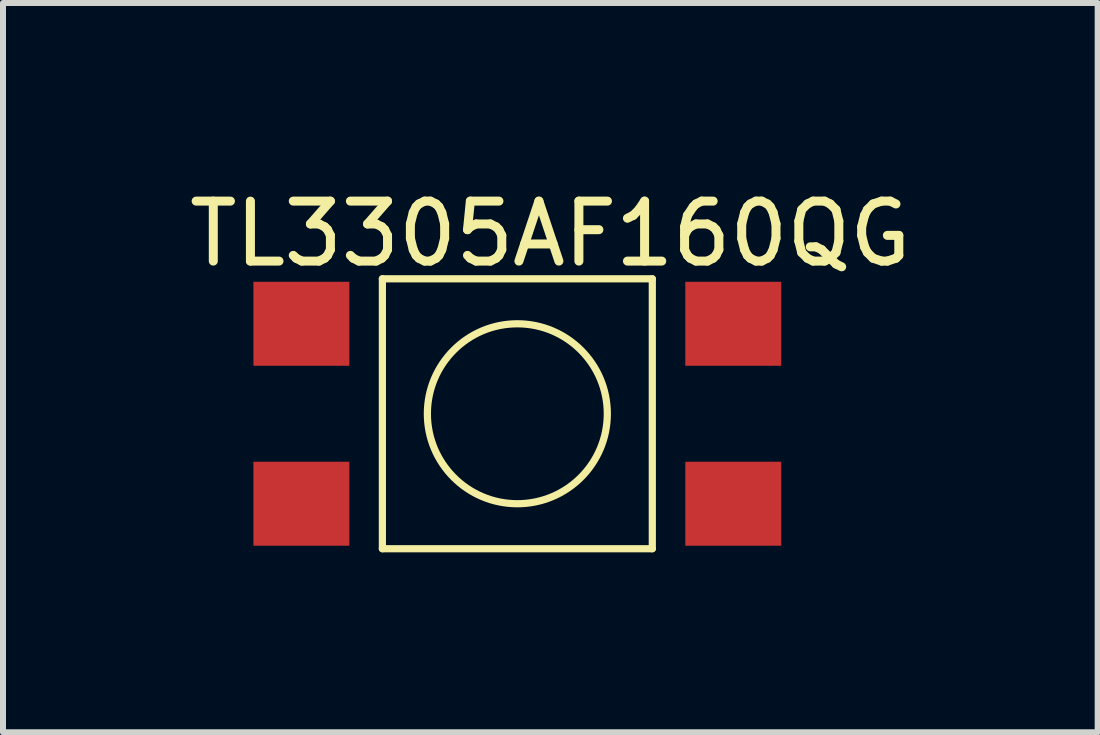
<source format=kicad_pcb>
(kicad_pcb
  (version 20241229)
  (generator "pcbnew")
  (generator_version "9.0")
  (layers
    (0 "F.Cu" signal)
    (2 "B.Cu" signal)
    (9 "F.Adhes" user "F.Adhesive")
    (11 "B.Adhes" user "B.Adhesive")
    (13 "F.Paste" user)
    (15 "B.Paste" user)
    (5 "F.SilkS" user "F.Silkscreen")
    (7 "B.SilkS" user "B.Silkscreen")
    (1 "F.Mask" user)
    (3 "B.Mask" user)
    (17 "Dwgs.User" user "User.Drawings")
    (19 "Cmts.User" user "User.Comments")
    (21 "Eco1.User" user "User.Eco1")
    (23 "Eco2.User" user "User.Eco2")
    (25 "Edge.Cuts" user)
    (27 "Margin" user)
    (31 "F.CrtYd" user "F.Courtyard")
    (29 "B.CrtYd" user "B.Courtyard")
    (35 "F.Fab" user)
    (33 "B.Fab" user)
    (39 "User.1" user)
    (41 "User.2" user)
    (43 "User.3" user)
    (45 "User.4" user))
  (footprint "TL3305AF160QG"
    (layer "F.Cu")
    (at 5.575 3.848)
    (property "Reference" "TL3305AF160QG" (at 0.55 -3 0) (layer "F.SilkS") (effects (font (size 1 1) (thickness 0.15))))
    (attr through_hole)
    (fp_line (start -2.25 -2.25) (end 2.25 -2.25) (stroke (width 0.12) (type solid)) (layer "F.SilkS"))
    (fp_line (start -2.25 2.25) (end -2.25 -2.25) (stroke (width 0.12) (type solid)) (layer "F.SilkS"))
    (fp_line (start 2.25 -2.25) (end 2.25 2.25) (stroke (width 0.12) (type solid)) (layer "F.SilkS"))
    (fp_line (start 2.25 2.25) (end -2.25 2.25) (stroke (width 0.12) (type solid)) (layer "F.SilkS"))
    (fp_circle (center 0 0) (end 0 -1.5) (stroke (width 0.12) (type solid)) (fill no) (layer "F.SilkS"))
    (pad "1" smd rect (at -3.6 1.5) (size 1.6 1.4) (layers "F.Cu" "F.Mask" "F.Paste"))
    (pad "2" smd rect (at 3.6 1.5) (size 1.6 1.4) (layers "F.Cu" "F.Mask" "F.Paste"))
    (pad "3" smd rect (at -3.6 -1.5) (size 1.6 1.4) (layers "F.Cu" "F.Mask" "F.Paste"))
    (pad "4" smd rect (at 3.6 -1.5) (size 1.6 1.4) (layers "F.Cu" "F.Mask" "F.Paste")))
  (gr_rect
    (start -3 -3)
    (end 15.25 9.158)
    (stroke (width 0.1) (type default))
    (fill no)
    (layer "Edge.Cuts")))
</source>
